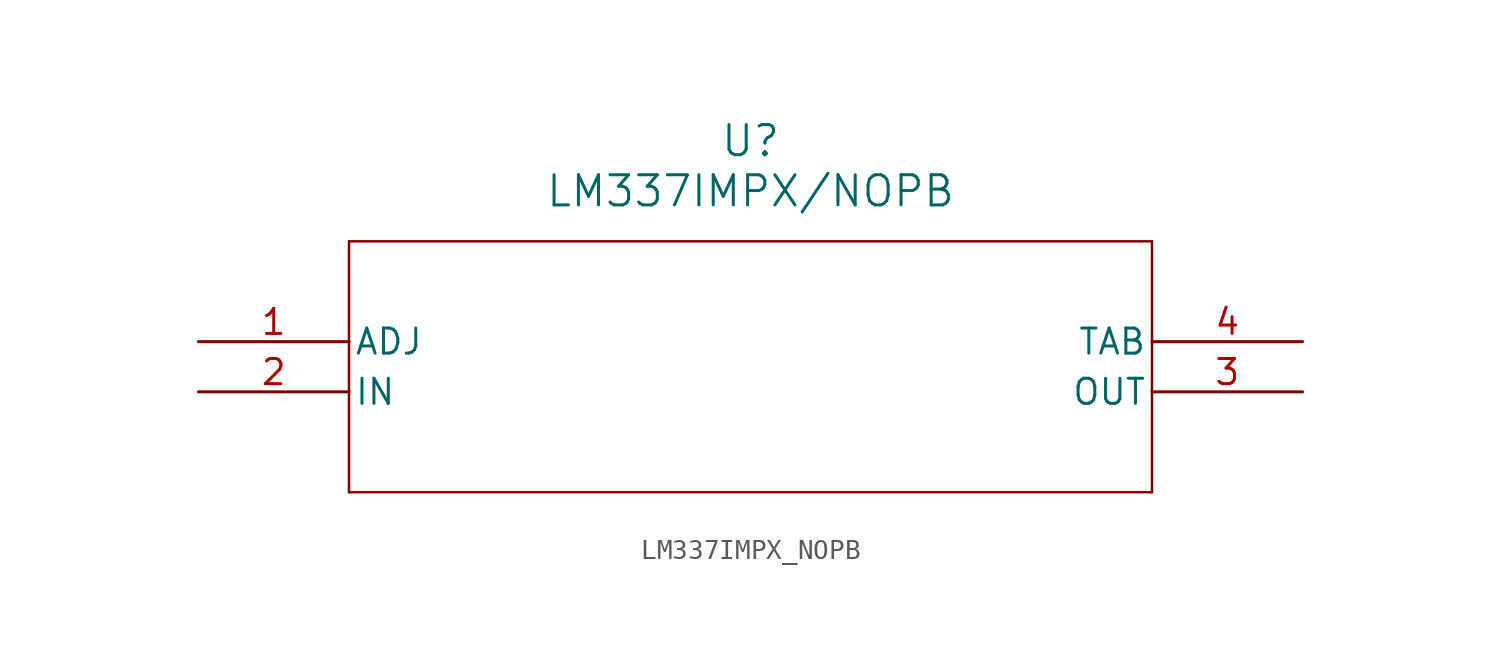
<source format=kicad_sym>
(kicad_symbol_lib
  (version 20211014)
  (generator kicad_symbol_editor)
  (symbol "LM337IMPX_NOPB"
    (pin_names
      (offset 0.254))
    (property "Reference" "U"
      (at 27.94 10.16 0)
      (effects (font (size 1.524 1.524))))
    (property "Value" "LM337IMPX/NOPB"
      (at 27.94 7.62 0)
      (effects (font (size 1.524 1.524))))
    (symbol "LM337IMPX_NOPB_0_1"
      (polyline (pts (xy 7.62 5.08) (xy 7.62 -7.62)) (stroke (width 0.127) (type default) (color 0 0 0 0)) (fill (type none)))
      (polyline (pts (xy 7.62 -7.62) (xy 48.26 -7.62)) (stroke (width 0.127) (type default) (color 0 0 0 0)) (fill (type none)))
      (polyline (pts (xy 48.26 -7.62) (xy 48.26 5.08)) (stroke (width 0.127) (type default) (color 0 0 0 0)) (fill (type none)))
      (polyline (pts (xy 48.26 5.08) (xy 7.62 5.08)) (stroke (width 0.127) (type default) (color 0 0 0 0)) (fill (type none)))
      (pin input line (at 0 0 0) (length 7.62) (name "ADJ" (effects (font (size 1.27 1.27)))) (number "1" (effects (font (size 1.27 1.27)))))
      (pin power_in line (at 0 -2.54 0) (length 7.62) (name "IN" (effects (font (size 1.27 1.27)))) (number "2" (effects (font (size 1.27 1.27)))))
      (pin power_in line (at 55.88 -2.54 180) (length 7.62) (name "OUT" (effects (font (size 1.27 1.27)))) (number "3" (effects (font (size 1.27 1.27)))))
      (pin power_in line (at 55.88 0 180) (length 7.62) (name "TAB" (effects (font (size 1.27 1.27)))) (number "4" (effects (font (size 1.27 1.27))))))))
</source>
